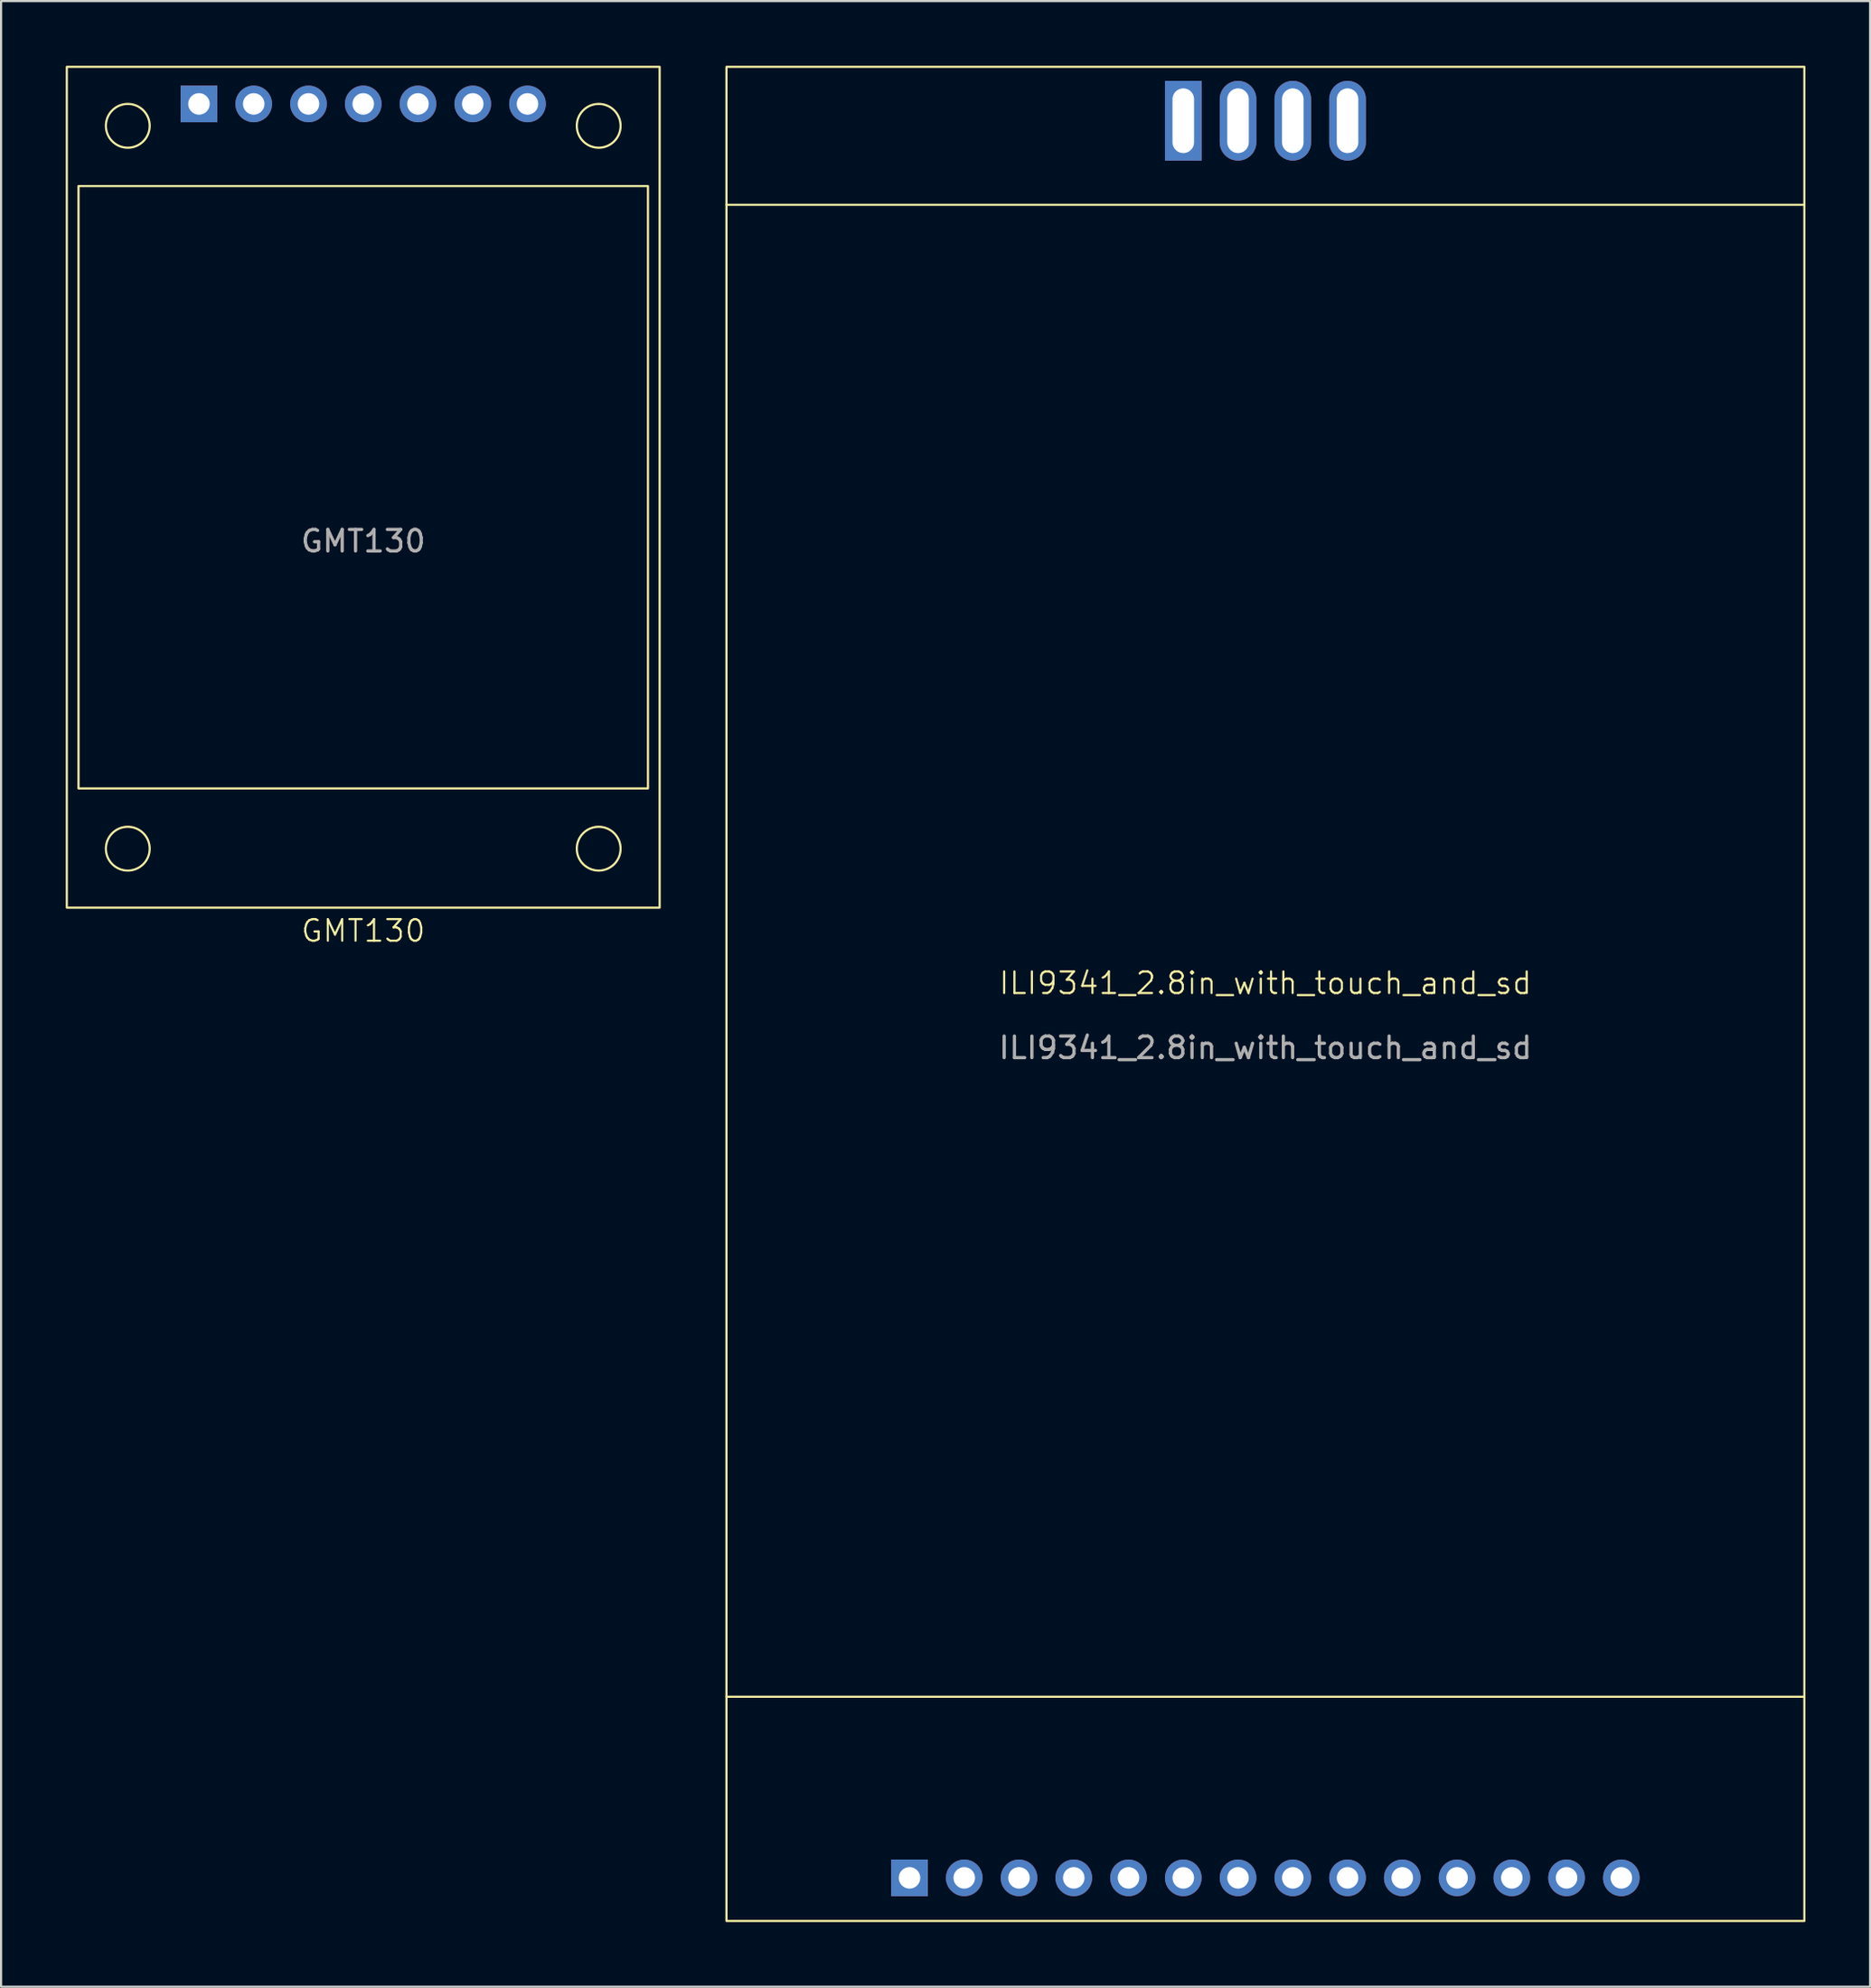
<source format=kicad_pcb>
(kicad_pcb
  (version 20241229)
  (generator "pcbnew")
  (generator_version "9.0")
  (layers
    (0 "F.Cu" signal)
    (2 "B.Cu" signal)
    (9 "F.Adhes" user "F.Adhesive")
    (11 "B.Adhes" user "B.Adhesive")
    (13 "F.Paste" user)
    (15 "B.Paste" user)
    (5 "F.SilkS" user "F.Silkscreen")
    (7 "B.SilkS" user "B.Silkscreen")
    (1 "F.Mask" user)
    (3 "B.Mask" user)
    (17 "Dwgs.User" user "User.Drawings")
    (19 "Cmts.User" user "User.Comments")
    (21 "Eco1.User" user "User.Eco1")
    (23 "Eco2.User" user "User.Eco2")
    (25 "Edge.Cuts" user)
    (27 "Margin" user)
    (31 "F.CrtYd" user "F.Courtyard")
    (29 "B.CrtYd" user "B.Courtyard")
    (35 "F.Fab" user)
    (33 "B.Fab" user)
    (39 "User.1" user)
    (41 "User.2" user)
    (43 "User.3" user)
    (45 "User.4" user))
  (footprint "GMT130"
    (layer "F.Cu")
    (at 13.8 19.55)
    (property "Reference" "GMT130" (at 0 20.574 0) (unlocked yes) (layer "F.SilkS") (effects (font (size 1 1) (thickness 0.1))))
    (attr smd)
    (fp_rect (start -13.75 -19.5) (end 13.75 19.5) (stroke (width 0.1) (type solid)) (fill no) (layer "F.SilkS"))
    (fp_rect (start -13.208 -13.97) (end 13.208 13.97) (stroke (width 0.1) (type default)) (fill no) (layer "F.SilkS"))
    (fp_circle (center -10.922 -16.764) (end -9.906 -16.764) (stroke (width 0.1) (type default)) (fill no) (layer "F.SilkS"))
    (fp_circle (center -10.922 16.764) (end -9.906 16.764) (stroke (width 0.1) (type default)) (fill no) (layer "F.SilkS"))
    (fp_circle (center 10.922 -16.764) (end 11.938 -16.764) (stroke (width 0.1) (type default)) (fill no) (layer "F.SilkS"))
    (fp_circle (center 10.922 16.764) (end 11.938 16.764) (stroke (width 0.1) (type default)) (fill no) (layer "F.SilkS"))
    (fp_text user "${REFERENCE}" (at 0 2.5 0) (unlocked yes) (layer "F.Fab") (effects (font (size 1 1) (thickness 0.15))))
    (pad "1" thru_hole rect (at -7.62 -17.78) (size 1.7 1.7) (drill 1) (layers "*.Cu" "*.Mask"))
    (pad "2" thru_hole circle (at -5.08 -17.78) (size 1.7 1.7) (drill 1) (layers "*.Cu" "*.Mask"))
    (pad "3" thru_hole circle (at -2.54 -17.78) (size 1.7 1.7) (drill 1) (layers "*.Cu" "*.Mask"))
    (pad "4" thru_hole circle (at 0 -17.78) (size 1.7 1.7) (drill 1) (layers "*.Cu" "*.Mask"))
    (pad "5" thru_hole circle (at 2.54 -17.78) (size 1.7 1.7) (drill 1) (layers "*.Cu" "*.Mask"))
    (pad "6" thru_hole circle (at 5.08 -17.78) (size 1.7 1.7) (drill 1) (layers "*.Cu" "*.Mask"))
    (pad "7" thru_hole circle (at 7.62 -17.78) (size 1.7 1.7) (drill 1) (layers "*.Cu" "*.Mask")))
  (footprint "ILI9341_2.8in_with_touch_and_sd"
    (layer "F.Cu")
    (at 55.65 43.05)
    (property "Reference" "ILI9341_2.8in_with_touch_and_sd" (at 0 -0.5 0) (unlocked yes) (layer "F.SilkS") (effects (font (size 1 1) (thickness 0.1))))
    (attr through_hole)
    (fp_line (start -25 -36.6) (end 25 -36.6) (stroke (width 0.1) (type solid)) (layer "F.SilkS"))
    (fp_line (start -25 32.6) (end 25 32.6) (stroke (width 0.1) (type solid)) (layer "F.SilkS"))
    (fp_rect (start -25 -43) (end 25 43) (stroke (width 0.1) (type solid)) (fill no) (layer "F.SilkS"))
    (fp_line (start -12.065 34.29) (end -6.985 34.29) (stroke (width 0.1) (type default)) (layer "User.1"))
    (fp_line (start -4.445 -31.115) (end -1.27 -31.115) (stroke (width 0.1) (type default)) (layer "User.1"))
    (fp_line (start 1.27 -31.115) (end 4.445 -31.115) (stroke (width 0.1) (type default)) (layer "User.1"))
    (fp_line (start 4.445 34.29) (end -0.635 34.29) (stroke (width 0.1) (type default)) (layer "User.1"))
    (fp_line (start 5.715 34.29) (end 8.89 34.29) (stroke (width 0.1) (type default)) (layer "User.1"))
    (fp_line (start 13.97 34.29) (end 17.145 34.29) (stroke (width 0.1) (type default)) (layer "User.1"))
    (fp_circle (center -22 -40) (end -20.4 -40) (stroke (width 0.1) (type solid)) (fill no) (layer "User.2"))
    (fp_circle (center -22 36.08) (end -20.4 36.08) (stroke (width 0.1) (type solid)) (fill no) (layer "User.2"))
    (fp_circle (center 22 -40) (end 23.6 -40) (stroke (width 0.1) (type solid)) (fill no) (layer "User.2"))
    (fp_circle (center 22 36.08) (end 23.6 36.08) (stroke (width 0.1) (type solid)) (fill no) (layer "User.2"))
    (fp_text user "${REFERENCE}" (at 0 2.5 0) (unlocked yes) (layer "F.Fab") (effects (font (size 1 1) (thickness 0.15))))
    (fp_text user "MISO" (at 3.81 39.37 90) (unlocked yes) (layer "User.1") (effects (font (size 1 1) (thickness 0.15)) (justify left)))
    (fp_text user "MOSI" (at 11.43 39.37 90) (unlocked yes) (layer "User.1") (effects (font (size 1 1) (thickness 0.15)) (justify left)))
    (fp_text user "CS" (at 8.89 39.37 90) (unlocked yes) (layer "User.1") (effects (font (size 1 1) (thickness 0.15)) (justify left)))
    (fp_text user "CS" (at -11.43 39.37 90) (unlocked yes) (layer "User.1") (effects (font (size 1 1) (thickness 0.15)) (justify left)))
    (fp_text user "SCK" (at 6.35 39.37 90) (unlocked yes) (layer "User.1") (effects (font (size 1 1) (thickness 0.15)) (justify left)))
    (fp_text user "IRQ" (at 16.51 39.37 90) (unlocked yes) (layer "User.1") (effects (font (size 1 1) (thickness 0.15)) (justify left)))
    (fp_text user "touch" (at 11.43 34.29 0) (unlocked yes) (layer "User.1") (effects (font (size 1 1) (thickness 0.15))))
    (fp_text user "SCK" (at 3.81 -36.195 90) (unlocked yes) (layer "User.1") (effects (font (size 1 1) (thickness 0.15)) (justify right)))
    (fp_text user "display" (at -3.81 34.29 0) (unlocked yes) (layer "User.1") (effects (font (size 1 1) (thickness 0.15))))
    (fp_text user "DC" (at -6.35 39.37 90) (unlocked yes) (layer "User.1") (effects (font (size 1 1) (thickness 0.15)) (justify left)))
    (fp_text user "CS" (at -3.81 -36.195 90) (unlocked yes) (layer "User.1") (effects (font (size 1 1) (thickness 0.15)) (justify right)))
    (fp_text user "MISO" (at 1.27 -36.195 90) (unlocked yes) (layer "User.1") (effects (font (size 1 1) (thickness 0.15)) (justify right)))
    (fp_text user "GND" (at -13.97 39.37 90) (unlocked yes) (layer "User.1" knockout) (effects (font (size 1 1) (thickness 0.15)) (justify left)))
    (fp_text user "MOSI" (at -1.27 -36.195 90) (unlocked yes) (layer "User.1") (effects (font (size 1 1) (thickness 0.15)) (justify right)))
    (fp_text user "MISO" (at 13.97 39.37 90) (unlocked yes) (layer "User.1") (effects (font (size 1 1) (thickness 0.15)) (justify left)))
    (fp_text user "LED" (at 1.27 39.37 90) (unlocked yes) (layer "User.1") (effects (font (size 1 1) (thickness 0.15)) (justify left)))
    (fp_text user "MOSI" (at -3.81 39.37 90) (unlocked yes) (layer "User.1") (effects (font (size 1 1) (thickness 0.15)) (justify left)))
    (fp_text user "RST" (at -8.89 39.37 90) (unlocked yes) (layer "User.1") (effects (font (size 1 1) (thickness 0.15)) (justify left)))
    (fp_text user "sd" (at 0 -31.115 0) (unlocked yes) (layer "User.1") (effects (font (size 1 1) (thickness 0.15))))
    (fp_text user "SCK" (at -1.27 39.37 90) (unlocked yes) (layer "User.1") (effects (font (size 1 1) (thickness 0.15)) (justify left)))
    (fp_text user "VCC" (at -16.51 39.37 90) (unlocked yes) (layer "User.1") (effects (font (size 1 1) (thickness 0.15)) (justify left)))
    (pad "1" thru_hole rect (at -16.51 41 90) (size 1.7 1.7) (drill 1) (layers "*.Cu" "*.Mask"))
    (pad "2" thru_hole oval (at -13.97 41 90) (size 1.7 1.7) (drill 1) (layers "*.Cu" "*.Mask"))
    (pad "3" thru_hole oval (at -11.43 41 90) (size 1.7 1.7) (drill 1) (layers "*.Cu" "*.Mask"))
    (pad "4" thru_hole oval (at -8.89 41 90) (size 1.7 1.7) (drill 1) (layers "*.Cu" "*.Mask"))
    (pad "5" thru_hole oval (at -6.35 41 90) (size 1.7 1.7) (drill 1) (layers "*.Cu" "*.Mask"))
    (pad "6" thru_hole oval (at -3.81 41 90) (size 1.7 1.7) (drill 1) (layers "*.Cu" "*.Mask"))
    (pad "7" thru_hole oval (at -1.27 41 90) (size 1.7 1.7) (drill 1) (layers "*.Cu" "*.Mask"))
    (pad "8" thru_hole oval (at 1.27 41 90) (size 1.7 1.7) (drill 1) (layers "*.Cu" "*.Mask"))
    (pad "9" thru_hole oval (at 3.81 41 90) (size 1.7 1.7) (drill 1) (layers "*.Cu" "*.Mask"))
    (pad "10" thru_hole oval (at 6.35 41 90) (size 1.7 1.7) (drill 1) (layers "*.Cu" "*.Mask"))
    (pad "11" thru_hole oval (at 8.89 41 90) (size 1.7 1.7) (drill 1) (layers "*.Cu" "*.Mask"))
    (pad "12" thru_hole oval (at 11.43 41 90) (size 1.7 1.7) (drill 1) (layers "*.Cu" "*.Mask"))
    (pad "13" thru_hole oval (at 13.97 41 90) (size 1.7 1.7) (drill 1) (layers "*.Cu" "*.Mask"))
    (pad "14" thru_hole oval (at 16.51 41 90) (size 1.7 1.7) (drill 1) (layers "*.Cu" "*.Mask"))
    (pad "15" thru_hole rect (at -3.81 -40.5 90) (size 3.7 1.7) (drill oval 3 1) (layers "*.Cu" "*.Mask"))
    (pad "16" thru_hole oval (at -1.27 -40.5 90) (size 3.7 1.7) (drill oval 3 1) (layers "*.Cu" "*.Mask"))
    (pad "17" thru_hole oval (at 1.27 -40.5 90) (size 3.7 1.7) (drill oval 3 1) (layers "*.Cu" "*.Mask"))
    (pad "18" thru_hole oval (at 3.81 -40.5 90) (size 3.7 1.7) (drill oval 3 1) (layers "*.Cu" "*.Mask")))
  (gr_rect
    (start -3 -3)
    (end 83.7 89.1)
    (stroke (width 0.1) (type default))
    (fill no)
    (layer "Edge.Cuts")))
</source>
